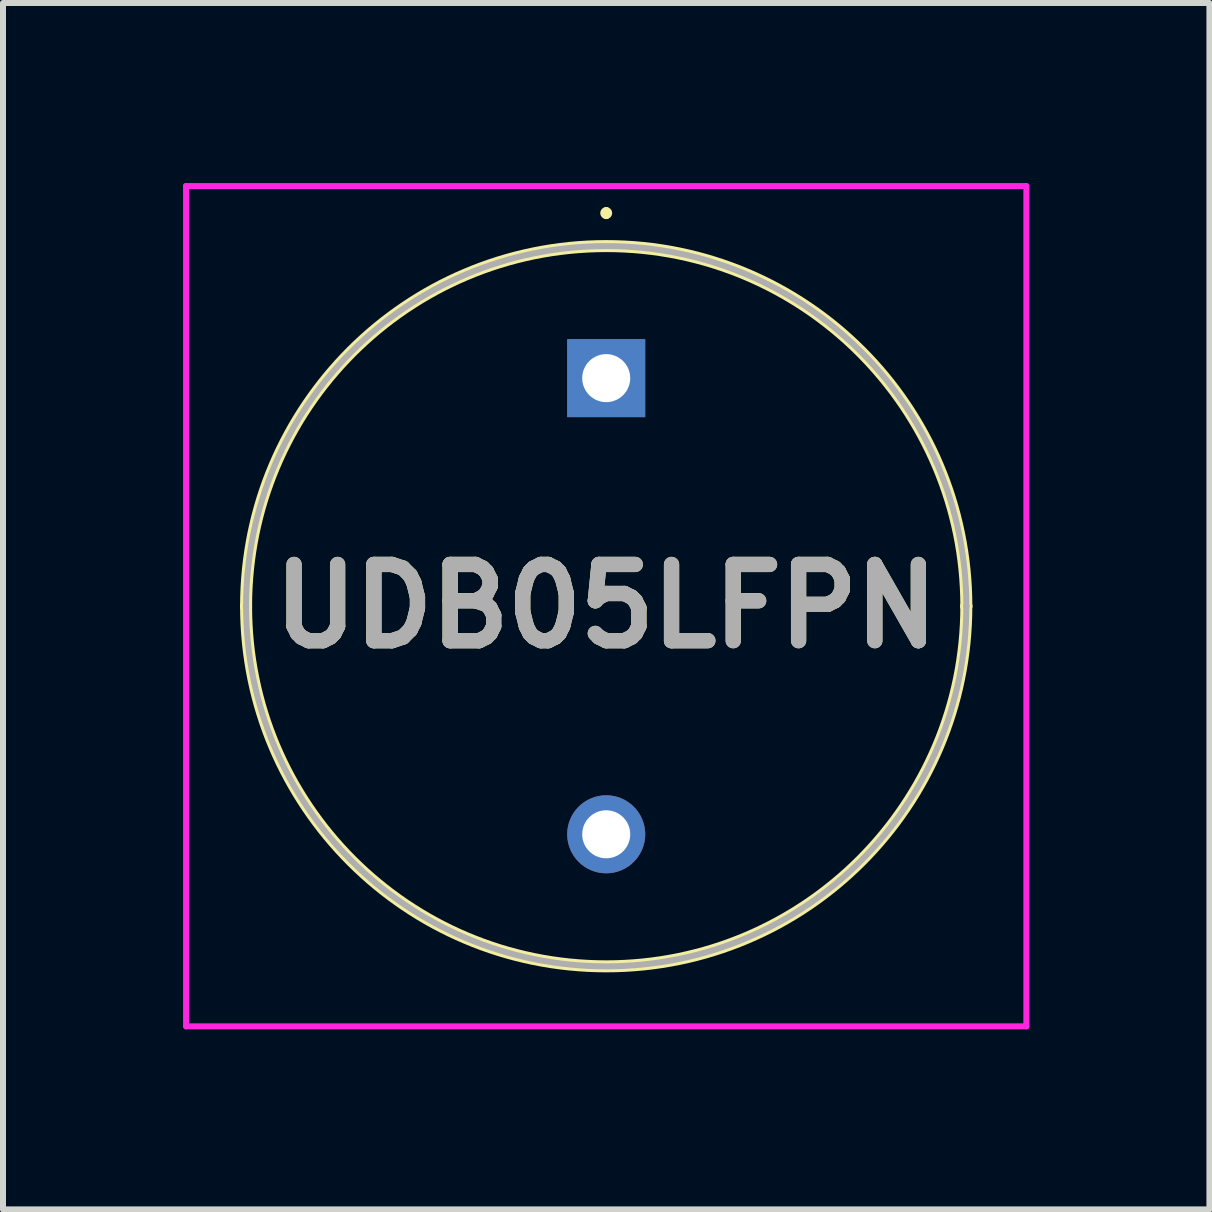
<source format=kicad_pcb>
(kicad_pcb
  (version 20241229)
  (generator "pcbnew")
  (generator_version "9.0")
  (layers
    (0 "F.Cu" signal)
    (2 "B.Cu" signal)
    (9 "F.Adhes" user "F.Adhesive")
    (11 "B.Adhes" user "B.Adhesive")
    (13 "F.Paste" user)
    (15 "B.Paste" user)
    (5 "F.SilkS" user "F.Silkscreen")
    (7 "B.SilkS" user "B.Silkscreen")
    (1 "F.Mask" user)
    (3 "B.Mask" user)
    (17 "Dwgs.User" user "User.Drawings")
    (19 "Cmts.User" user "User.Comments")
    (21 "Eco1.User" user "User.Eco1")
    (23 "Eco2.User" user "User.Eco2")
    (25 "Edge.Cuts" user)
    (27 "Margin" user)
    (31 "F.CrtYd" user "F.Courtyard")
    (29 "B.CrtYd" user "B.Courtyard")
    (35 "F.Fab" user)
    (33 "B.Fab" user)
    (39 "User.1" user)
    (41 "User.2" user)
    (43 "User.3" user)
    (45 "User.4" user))
  (footprint "UDB05LFPN"
    (layer "F.Cu")
    (at 7.05 3.25)
    (property "Reference" "UDB05LFPN" (at 0 3.8 0) (layer "F.SilkS") (effects (font (size 1.27 1.27) (thickness 0.254))))
    (attr through_hole)
    (fp_line (start -6 3.8) (end -6 3.8) (stroke (width 0.2) (type solid)) (layer "F.SilkS"))
    (fp_line (start 0 -2.8) (end 0 -2.8) (stroke (width 0.1) (type solid)) (layer "F.SilkS"))
    (fp_line (start 0 -2.7) (end 0 -2.7) (stroke (width 0.1) (type solid)) (layer "F.SilkS"))
    (fp_line (start 6 3.8) (end 6 3.8) (stroke (width 0.2) (type solid)) (layer "F.SilkS"))
    (fp_arc (start -6 3.8) (mid 0 -2.2) (end 6 3.8) (stroke (width 0.2) (type solid)) (layer "F.SilkS"))
    (fp_arc (start 0 -2.8) (mid 0.05 -2.75) (end 0 -2.7) (stroke (width 0.1) (type solid)) (layer "F.SilkS"))
    (fp_arc (start 0 -2.7) (mid -0.05 -2.75) (end 0 -2.8) (stroke (width 0.1) (type solid)) (layer "F.SilkS"))
    (fp_arc (start 6 3.8) (mid 0 9.8) (end -6 3.8) (stroke (width 0.2) (type solid)) (layer "F.SilkS"))
    (fp_line (start -7 -3.2) (end 7 -3.2) (stroke (width 0.1) (type solid)) (layer "F.CrtYd"))
    (fp_line (start -7 10.8) (end -7 -3.2) (stroke (width 0.1) (type solid)) (layer "F.CrtYd"))
    (fp_line (start 7 -3.2) (end 7 10.8) (stroke (width 0.1) (type solid)) (layer "F.CrtYd"))
    (fp_line (start 7 10.8) (end -7 10.8) (stroke (width 0.1) (type solid)) (layer "F.CrtYd"))
    (fp_line (start -6 3.8) (end -6 3.8) (stroke (width 0.1) (type solid)) (layer "F.Fab"))
    (fp_line (start 6 3.8) (end 6 3.8) (stroke (width 0.1) (type solid)) (layer "F.Fab"))
    (fp_arc (start -6 3.8) (mid 0 -2.2) (end 6 3.8) (stroke (width 0.1) (type solid)) (layer "F.Fab"))
    (fp_arc (start 6 3.8) (mid 0 9.8) (end -6 3.8) (stroke (width 0.1) (type solid)) (layer "F.Fab"))
    (fp_text user "${REFERENCE}" (at 0 3.8 0) (layer "F.Fab") (effects (font (size 1.27 1.27) (thickness 0.254))))
    (pad "1" thru_hole rect (at 0 0) (size 1.3 1.3) (drill 0.8) (layers "*.Cu" "*.Mask"))
    (pad "2" thru_hole circle (at 0 7.6) (size 1.3 1.3) (drill 0.8) (layers "*.Cu" "*.Mask")))
  (gr_rect
    (start -3 -3)
    (end 17.1 17.1)
    (stroke (width 0.1) (type default))
    (fill no)
    (layer "Edge.Cuts")))
</source>
